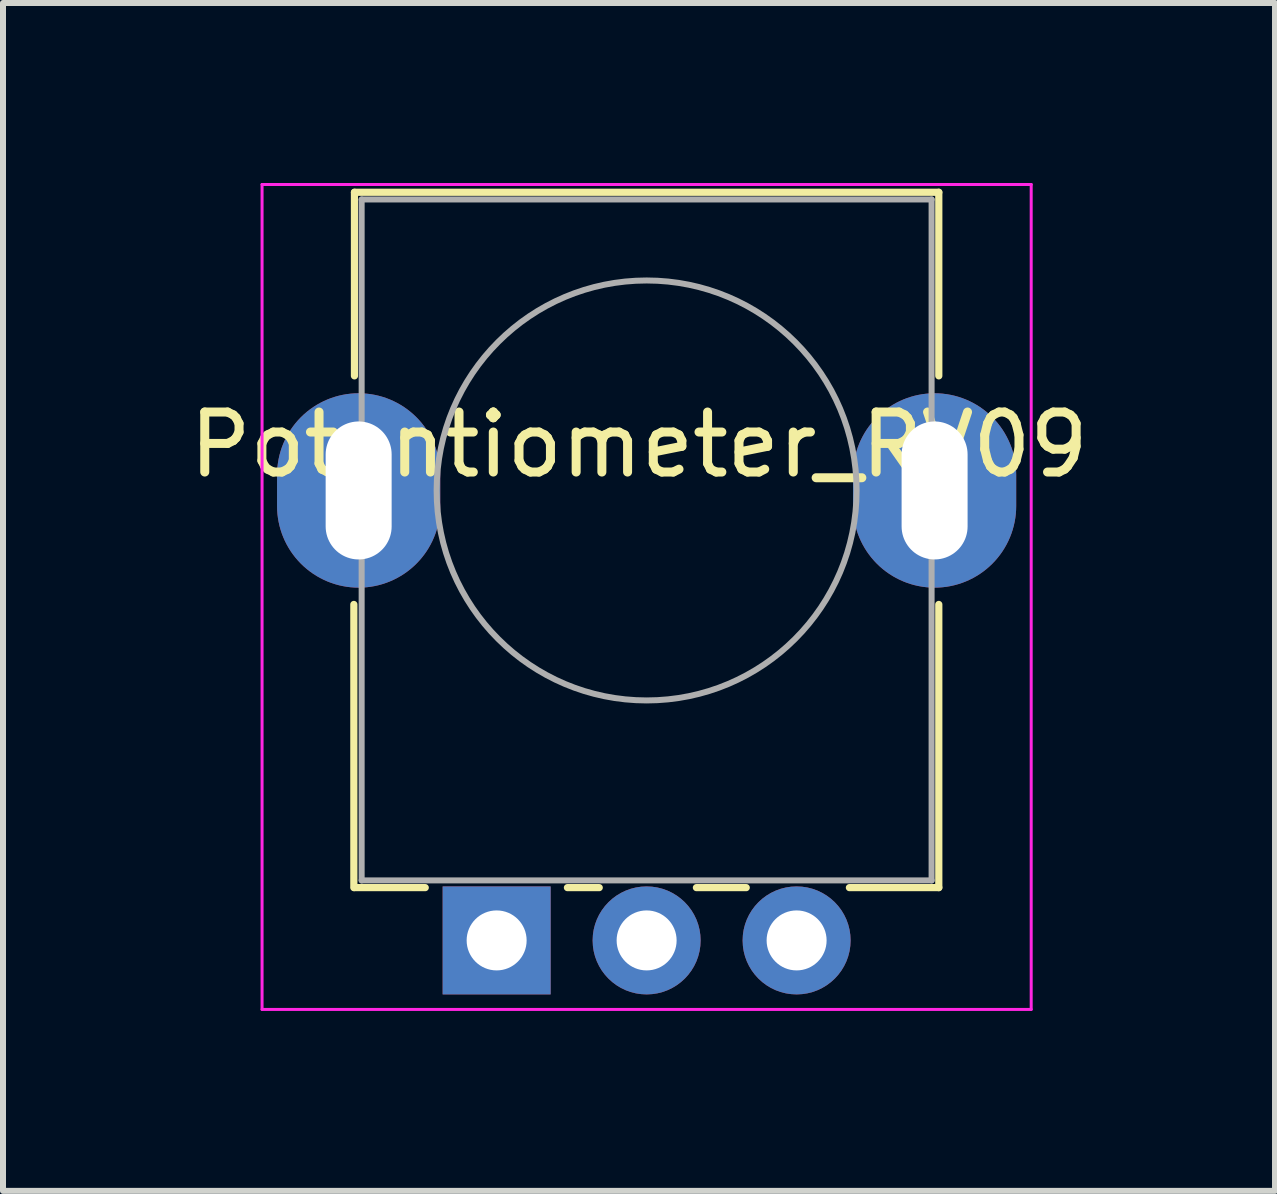
<source format=kicad_pcb>
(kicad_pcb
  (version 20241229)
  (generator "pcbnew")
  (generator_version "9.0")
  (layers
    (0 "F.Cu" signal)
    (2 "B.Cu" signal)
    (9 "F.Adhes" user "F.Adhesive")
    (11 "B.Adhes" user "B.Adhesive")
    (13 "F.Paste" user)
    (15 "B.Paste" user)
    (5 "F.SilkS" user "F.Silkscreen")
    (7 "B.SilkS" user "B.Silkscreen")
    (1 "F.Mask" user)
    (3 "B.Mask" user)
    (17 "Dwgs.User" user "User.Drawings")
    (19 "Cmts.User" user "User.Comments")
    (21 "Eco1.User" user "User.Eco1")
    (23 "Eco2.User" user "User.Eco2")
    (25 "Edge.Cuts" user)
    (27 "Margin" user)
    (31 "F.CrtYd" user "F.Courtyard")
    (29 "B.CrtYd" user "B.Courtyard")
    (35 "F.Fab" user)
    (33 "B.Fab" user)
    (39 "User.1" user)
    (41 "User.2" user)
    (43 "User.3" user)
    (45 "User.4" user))
  (footprint "Potentiometer_RV09"
    (layer "F.Cu")
    (at 7.855 5.633)
    (property "Reference" "Potentiometer_RV09" (at -0.254 -1.27 180) (layer "F.SilkS") (effects (font (size 1 1) (thickness 0.15))))
    (attr through_hole)
    (fp_line (start -5.007 6.112) (end -5.007 1.392) (stroke (width 0.12) (type solid)) (layer "F.SilkS"))
    (fp_line (start -4.997 -2.418) (end -4.997 -5.478) (stroke (width 0.12) (type solid)) (layer "F.SilkS"))
    (fp_line (start -3.817 6.112) (end -4.997 6.112) (stroke (width 0.12) (type solid)) (layer "F.SilkS"))
    (fp_line (start -0.917 6.112) (end -1.447 6.112) (stroke (width 0.12) (type solid)) (layer "F.SilkS"))
    (fp_line (start 1.533 6.112) (end 0.703 6.112) (stroke (width 0.12) (type solid)) (layer "F.SilkS"))
    (fp_line (start 4.743 -5.478) (end -4.997 -5.478) (stroke (width 0.12) (type solid)) (layer "F.SilkS"))
    (fp_line (start 4.743 -2.418) (end 4.743 -5.478) (stroke (width 0.12) (type solid)) (layer "F.SilkS"))
    (fp_line (start 4.743 6.112) (end 3.253 6.112) (stroke (width 0.12) (type solid)) (layer "F.SilkS"))
    (fp_line (start 4.743 6.112) (end 4.743 1.392) (stroke (width 0.12) (type solid)) (layer "F.SilkS"))
    (fp_line (start -6.537 -5.608) (end -6.537 8.142) (stroke (width 0.05) (type solid)) (layer "F.CrtYd"))
    (fp_line (start -6.537 8.142) (end 6.283 8.142) (stroke (width 0.05) (type solid)) (layer "F.CrtYd"))
    (fp_line (start 6.283 -5.608) (end -6.537 -5.608) (stroke (width 0.05) (type solid)) (layer "F.CrtYd"))
    (fp_line (start 6.283 8.142) (end 6.283 -5.608) (stroke (width 0.05) (type solid)) (layer "F.CrtYd"))
    (fp_line (start -4.877 5.992) (end -4.877 -5.358) (stroke (width 0.1) (type solid)) (layer "F.Fab"))
    (fp_line (start 4.623 -5.358) (end -4.877 -5.358) (stroke (width 0.1) (type solid)) (layer "F.Fab"))
    (fp_line (start 4.623 5.992) (end -4.877 5.992) (stroke (width 0.1) (type solid)) (layer "F.Fab"))
    (fp_line (start 4.623 5.992) (end 4.623 -5.358) (stroke (width 0.1) (type solid)) (layer "F.Fab"))
    (fp_circle (center -0.127 -0.508) (end -3.627 -0.508) (stroke (width 0.1) (type solid)) (fill no) (layer "F.Fab"))
    (pad "" thru_hole oval (at -4.927 -0.508 180) (size 2.72 3.24) (drill oval 1.1 2.3) (layers "*.Cu" "*.Mask"))
    (pad "" thru_hole oval (at 4.673 -0.508 180) (size 2.72 3.24) (drill oval 1.1 2.3) (layers "*.Cu" "*.Mask"))
    (pad "1" thru_hole rect (at -2.627 6.992 180) (size 1.8 1.8) (drill 1) (layers "*.Cu" "*.Mask"))
    (pad "2" thru_hole circle (at -0.127 6.992 180) (size 1.8 1.8) (drill 1) (layers "*.Cu" "*.Mask"))
    (pad "3" thru_hole circle (at 2.373 6.992 180) (size 1.8 1.8) (drill 1) (layers "*.Cu" "*.Mask")))
  (gr_rect
    (start -3 -3)
    (end 18.202 16.8)
    (stroke (width 0.1) (type default))
    (fill no)
    (layer "Edge.Cuts")))
</source>
